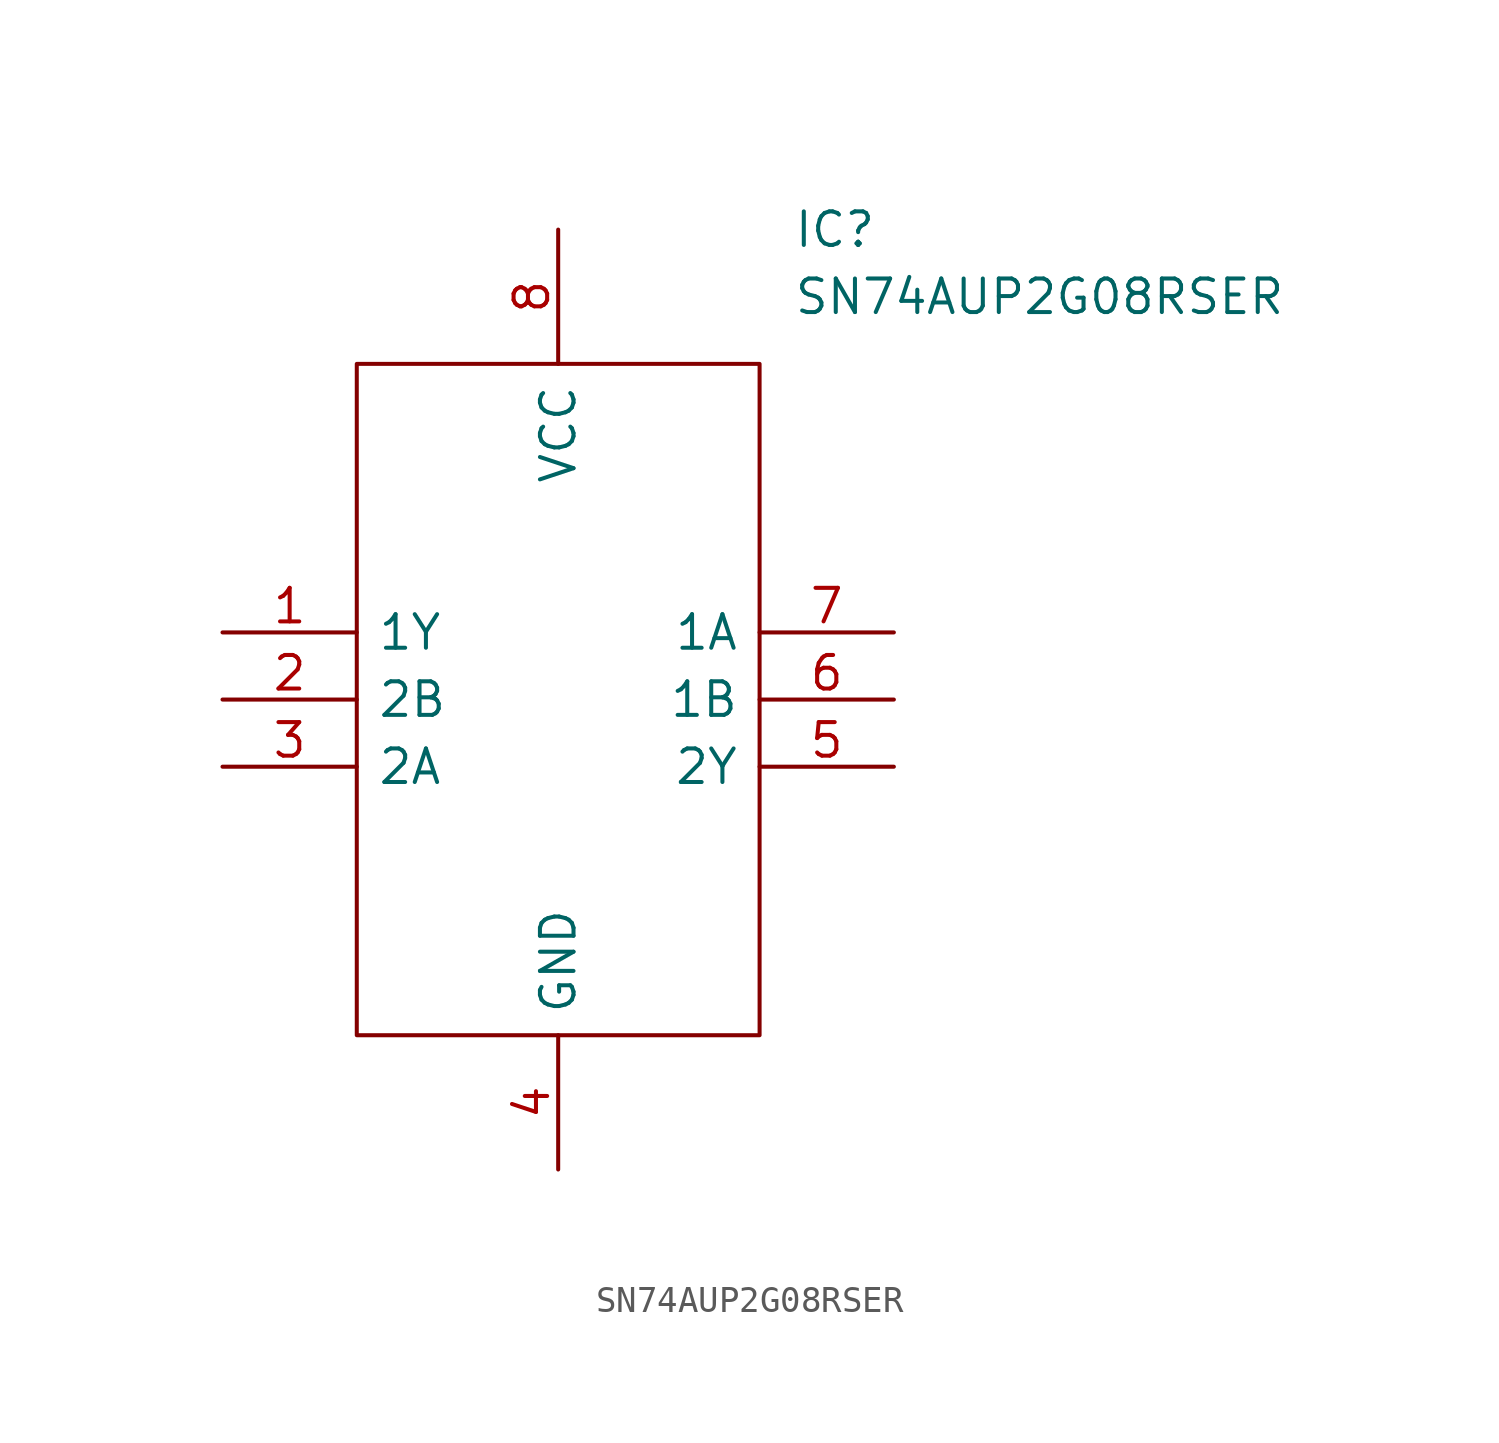
<source format=kicad_sym>
(kicad_symbol_lib
  (version 20211014)
  (generator kicad_symbol_editor)
  (symbol "SN74AUP2G08RSER"
    (pin_names
      (offset 0.762))
    (property "Reference" "IC"
      (at 21.59 15.24 0)
      (effects (font (size 1.27 1.27)) (justify left)))
    (property "Value" "SN74AUP2G08RSER"
      (at 21.59 12.7 0)
      (effects (font (size 1.27 1.27)) (justify left)))
    (symbol "SN74AUP2G08RSER_0_0"
      (pin passive line (at 0 0 0) (length 5.08) (name "1Y" (effects (font (size 1.27 1.27)))) (number "1" (effects (font (size 1.27 1.27)))))
      (pin passive line (at 0 -2.54 0) (length 5.08) (name "2B" (effects (font (size 1.27 1.27)))) (number "2" (effects (font (size 1.27 1.27)))))
      (pin passive line (at 0 -5.08 0) (length 5.08) (name "2A" (effects (font (size 1.27 1.27)))) (number "3" (effects (font (size 1.27 1.27)))))
      (pin passive line (at 12.7 -20.32 90) (length 5.08) (name "GND" (effects (font (size 1.27 1.27)))) (number "4" (effects (font (size 1.27 1.27)))))
      (pin passive line (at 25.4 -5.08 180) (length 5.08) (name "2Y" (effects (font (size 1.27 1.27)))) (number "5" (effects (font (size 1.27 1.27)))))
      (pin passive line (at 25.4 -2.54 180) (length 5.08) (name "1B" (effects (font (size 1.27 1.27)))) (number "6" (effects (font (size 1.27 1.27)))))
      (pin passive line (at 25.4 0 180) (length 5.08) (name "1A" (effects (font (size 1.27 1.27)))) (number "7" (effects (font (size 1.27 1.27)))))
      (pin passive line (at 12.7 15.24 270) (length 5.08) (name "VCC" (effects (font (size 1.27 1.27)))) (number "8" (effects (font (size 1.27 1.27))))))
    (symbol "SN74AUP2G08RSER_0_1"
      (polyline (pts (xy 5.08 10.16) (xy 20.32 10.16) (xy 20.32 -15.24) (xy 5.08 -15.24) (xy 5.08 10.16)) (stroke (width 0.152) (type default) (color 0 0 0 0)) (fill (type none))))))
</source>
